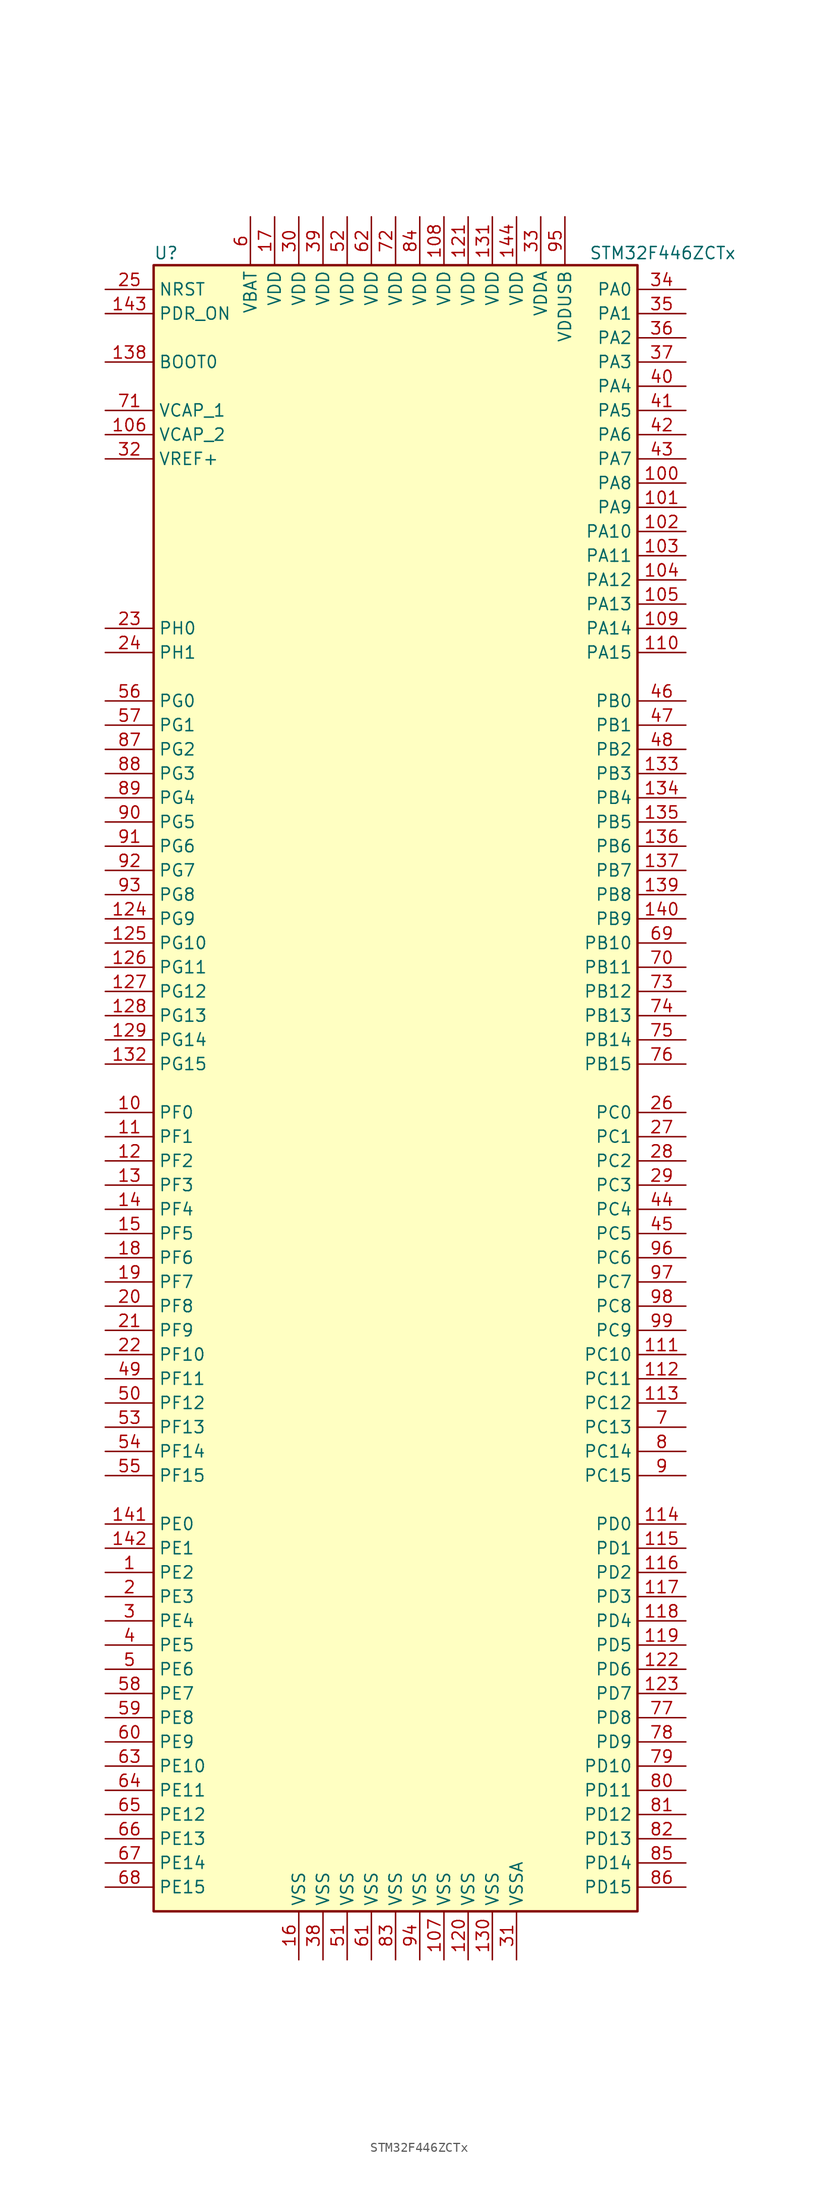
<source format=kicad_sym>
(kicad_symbol_lib
  (version 20211014)
  (generator kicad_symbol_editor)
  (symbol "STM32F446ZCTx"
    (property "Reference" "U"
      (at -25.4 87.63 0)
      (effects (font (size 1.27 1.27)) (justify left)))
    (property "Value" "STM32F446ZCTx"
      (at 20.32 87.63 0)
      (effects (font (size 1.27 1.27)) (justify left)))
    (symbol "STM32F446ZCTx_0_1"
      (rectangle (start -25.4 -86.36) (end 25.4 86.36) (stroke (width 0.254) (type default) (color 0 0 0 0)) (fill (type background))))
    (symbol "STM32F446ZCTx_1_1"
      (pin bidirectional line (at -30.48 -50.8 0) (length 5.08) (name "PE2" (effects (font (size 1.27 1.27)))) (number "1" (effects (font (size 1.27 1.27)))))
      (pin bidirectional line (at -30.48 -2.54 0) (length 5.08) (name "PF0" (effects (font (size 1.27 1.27)))) (number "10" (effects (font (size 1.27 1.27)))))
      (pin bidirectional line (at 30.48 63.5 180) (length 5.08) (name "PA8" (effects (font (size 1.27 1.27)))) (number "100" (effects (font (size 1.27 1.27)))))
      (pin bidirectional line (at 30.48 60.96 180) (length 5.08) (name "PA9" (effects (font (size 1.27 1.27)))) (number "101" (effects (font (size 1.27 1.27)))))
      (pin bidirectional line (at 30.48 58.42 180) (length 5.08) (name "PA10" (effects (font (size 1.27 1.27)))) (number "102" (effects (font (size 1.27 1.27)))))
      (pin bidirectional line (at 30.48 55.88 180) (length 5.08) (name "PA11" (effects (font (size 1.27 1.27)))) (number "103" (effects (font (size 1.27 1.27)))))
      (pin bidirectional line (at 30.48 53.34 180) (length 5.08) (name "PA12" (effects (font (size 1.27 1.27)))) (number "104" (effects (font (size 1.27 1.27)))))
      (pin bidirectional line (at 30.48 50.8 180) (length 5.08) (name "PA13" (effects (font (size 1.27 1.27)))) (number "105" (effects (font (size 1.27 1.27)))))
      (pin power_in line (at -30.48 68.58 0) (length 5.08) (name "VCAP_2" (effects (font (size 1.27 1.27)))) (number "106" (effects (font (size 1.27 1.27)))))
      (pin power_in line (at 5.08 -91.44 90) (length 5.08) (name "VSS" (effects (font (size 1.27 1.27)))) (number "107" (effects (font (size 1.27 1.27)))))
      (pin power_in line (at 5.08 91.44 270) (length 5.08) (name "VDD" (effects (font (size 1.27 1.27)))) (number "108" (effects (font (size 1.27 1.27)))))
      (pin bidirectional line (at 30.48 48.26 180) (length 5.08) (name "PA14" (effects (font (size 1.27 1.27)))) (number "109" (effects (font (size 1.27 1.27)))))
      (pin bidirectional line (at -30.48 -5.08 0) (length 5.08) (name "PF1" (effects (font (size 1.27 1.27)))) (number "11" (effects (font (size 1.27 1.27)))))
      (pin bidirectional line (at 30.48 45.72 180) (length 5.08) (name "PA15" (effects (font (size 1.27 1.27)))) (number "110" (effects (font (size 1.27 1.27)))))
      (pin bidirectional line (at 30.48 -27.94 180) (length 5.08) (name "PC10" (effects (font (size 1.27 1.27)))) (number "111" (effects (font (size 1.27 1.27)))))
      (pin bidirectional line (at 30.48 -30.48 180) (length 5.08) (name "PC11" (effects (font (size 1.27 1.27)))) (number "112" (effects (font (size 1.27 1.27)))))
      (pin bidirectional line (at 30.48 -33.02 180) (length 5.08) (name "PC12" (effects (font (size 1.27 1.27)))) (number "113" (effects (font (size 1.27 1.27)))))
      (pin bidirectional line (at 30.48 -45.72 180) (length 5.08) (name "PD0" (effects (font (size 1.27 1.27)))) (number "114" (effects (font (size 1.27 1.27)))))
      (pin bidirectional line (at 30.48 -48.26 180) (length 5.08) (name "PD1" (effects (font (size 1.27 1.27)))) (number "115" (effects (font (size 1.27 1.27)))))
      (pin bidirectional line (at 30.48 -50.8 180) (length 5.08) (name "PD2" (effects (font (size 1.27 1.27)))) (number "116" (effects (font (size 1.27 1.27)))))
      (pin bidirectional line (at 30.48 -53.34 180) (length 5.08) (name "PD3" (effects (font (size 1.27 1.27)))) (number "117" (effects (font (size 1.27 1.27)))))
      (pin bidirectional line (at 30.48 -55.88 180) (length 5.08) (name "PD4" (effects (font (size 1.27 1.27)))) (number "118" (effects (font (size 1.27 1.27)))))
      (pin bidirectional line (at 30.48 -58.42 180) (length 5.08) (name "PD5" (effects (font (size 1.27 1.27)))) (number "119" (effects (font (size 1.27 1.27)))))
      (pin bidirectional line (at -30.48 -7.62 0) (length 5.08) (name "PF2" (effects (font (size 1.27 1.27)))) (number "12" (effects (font (size 1.27 1.27)))))
      (pin power_in line (at 7.62 -91.44 90) (length 5.08) (name "VSS" (effects (font (size 1.27 1.27)))) (number "120" (effects (font (size 1.27 1.27)))))
      (pin power_in line (at 7.62 91.44 270) (length 5.08) (name "VDD" (effects (font (size 1.27 1.27)))) (number "121" (effects (font (size 1.27 1.27)))))
      (pin bidirectional line (at 30.48 -60.96 180) (length 5.08) (name "PD6" (effects (font (size 1.27 1.27)))) (number "122" (effects (font (size 1.27 1.27)))))
      (pin bidirectional line (at 30.48 -63.5 180) (length 5.08) (name "PD7" (effects (font (size 1.27 1.27)))) (number "123" (effects (font (size 1.27 1.27)))))
      (pin bidirectional line (at -30.48 17.78 0) (length 5.08) (name "PG9" (effects (font (size 1.27 1.27)))) (number "124" (effects (font (size 1.27 1.27)))))
      (pin bidirectional line (at -30.48 15.24 0) (length 5.08) (name "PG10" (effects (font (size 1.27 1.27)))) (number "125" (effects (font (size 1.27 1.27)))))
      (pin bidirectional line (at -30.48 12.7 0) (length 5.08) (name "PG11" (effects (font (size 1.27 1.27)))) (number "126" (effects (font (size 1.27 1.27)))))
      (pin bidirectional line (at -30.48 10.16 0) (length 5.08) (name "PG12" (effects (font (size 1.27 1.27)))) (number "127" (effects (font (size 1.27 1.27)))))
      (pin bidirectional line (at -30.48 7.62 0) (length 5.08) (name "PG13" (effects (font (size 1.27 1.27)))) (number "128" (effects (font (size 1.27 1.27)))))
      (pin bidirectional line (at -30.48 5.08 0) (length 5.08) (name "PG14" (effects (font (size 1.27 1.27)))) (number "129" (effects (font (size 1.27 1.27)))))
      (pin bidirectional line (at -30.48 -10.16 0) (length 5.08) (name "PF3" (effects (font (size 1.27 1.27)))) (number "13" (effects (font (size 1.27 1.27)))))
      (pin power_in line (at 10.16 -91.44 90) (length 5.08) (name "VSS" (effects (font (size 1.27 1.27)))) (number "130" (effects (font (size 1.27 1.27)))))
      (pin power_in line (at 10.16 91.44 270) (length 5.08) (name "VDD" (effects (font (size 1.27 1.27)))) (number "131" (effects (font (size 1.27 1.27)))))
      (pin bidirectional line (at -30.48 2.54 0) (length 5.08) (name "PG15" (effects (font (size 1.27 1.27)))) (number "132" (effects (font (size 1.27 1.27)))))
      (pin bidirectional line (at 30.48 33.02 180) (length 5.08) (name "PB3" (effects (font (size 1.27 1.27)))) (number "133" (effects (font (size 1.27 1.27)))))
      (pin bidirectional line (at 30.48 30.48 180) (length 5.08) (name "PB4" (effects (font (size 1.27 1.27)))) (number "134" (effects (font (size 1.27 1.27)))))
      (pin bidirectional line (at 30.48 27.94 180) (length 5.08) (name "PB5" (effects (font (size 1.27 1.27)))) (number "135" (effects (font (size 1.27 1.27)))))
      (pin bidirectional line (at 30.48 25.4 180) (length 5.08) (name "PB6" (effects (font (size 1.27 1.27)))) (number "136" (effects (font (size 1.27 1.27)))))
      (pin bidirectional line (at 30.48 22.86 180) (length 5.08) (name "PB7" (effects (font (size 1.27 1.27)))) (number "137" (effects (font (size 1.27 1.27)))))
      (pin input line (at -30.48 76.2 0) (length 5.08) (name "BOOT0" (effects (font (size 1.27 1.27)))) (number "138" (effects (font (size 1.27 1.27)))))
      (pin bidirectional line (at 30.48 20.32 180) (length 5.08) (name "PB8" (effects (font (size 1.27 1.27)))) (number "139" (effects (font (size 1.27 1.27)))))
      (pin bidirectional line (at -30.48 -12.7 0) (length 5.08) (name "PF4" (effects (font (size 1.27 1.27)))) (number "14" (effects (font (size 1.27 1.27)))))
      (pin bidirectional line (at 30.48 17.78 180) (length 5.08) (name "PB9" (effects (font (size 1.27 1.27)))) (number "140" (effects (font (size 1.27 1.27)))))
      (pin bidirectional line (at -30.48 -45.72 0) (length 5.08) (name "PE0" (effects (font (size 1.27 1.27)))) (number "141" (effects (font (size 1.27 1.27)))))
      (pin bidirectional line (at -30.48 -48.26 0) (length 5.08) (name "PE1" (effects (font (size 1.27 1.27)))) (number "142" (effects (font (size 1.27 1.27)))))
      (pin input line (at -30.48 81.28 0) (length 5.08) (name "PDR_ON" (effects (font (size 1.27 1.27)))) (number "143" (effects (font (size 1.27 1.27)))))
      (pin power_in line (at 12.7 91.44 270) (length 5.08) (name "VDD" (effects (font (size 1.27 1.27)))) (number "144" (effects (font (size 1.27 1.27)))))
      (pin bidirectional line (at -30.48 -15.24 0) (length 5.08) (name "PF5" (effects (font (size 1.27 1.27)))) (number "15" (effects (font (size 1.27 1.27)))))
      (pin power_in line (at -10.16 -91.44 90) (length 5.08) (name "VSS" (effects (font (size 1.27 1.27)))) (number "16" (effects (font (size 1.27 1.27)))))
      (pin power_in line (at -12.7 91.44 270) (length 5.08) (name "VDD" (effects (font (size 1.27 1.27)))) (number "17" (effects (font (size 1.27 1.27)))))
      (pin bidirectional line (at -30.48 -17.78 0) (length 5.08) (name "PF6" (effects (font (size 1.27 1.27)))) (number "18" (effects (font (size 1.27 1.27)))))
      (pin bidirectional line (at -30.48 -20.32 0) (length 5.08) (name "PF7" (effects (font (size 1.27 1.27)))) (number "19" (effects (font (size 1.27 1.27)))))
      (pin bidirectional line (at -30.48 -53.34 0) (length 5.08) (name "PE3" (effects (font (size 1.27 1.27)))) (number "2" (effects (font (size 1.27 1.27)))))
      (pin bidirectional line (at -30.48 -22.86 0) (length 5.08) (name "PF8" (effects (font (size 1.27 1.27)))) (number "20" (effects (font (size 1.27 1.27)))))
      (pin bidirectional line (at -30.48 -25.4 0) (length 5.08) (name "PF9" (effects (font (size 1.27 1.27)))) (number "21" (effects (font (size 1.27 1.27)))))
      (pin bidirectional line (at -30.48 -27.94 0) (length 5.08) (name "PF10" (effects (font (size 1.27 1.27)))) (number "22" (effects (font (size 1.27 1.27)))))
      (pin input line (at -30.48 48.26 0) (length 5.08) (name "PH0" (effects (font (size 1.27 1.27)))) (number "23" (effects (font (size 1.27 1.27)))))
      (pin input line (at -30.48 45.72 0) (length 5.08) (name "PH1" (effects (font (size 1.27 1.27)))) (number "24" (effects (font (size 1.27 1.27)))))
      (pin input line (at -30.48 83.82 0) (length 5.08) (name "NRST" (effects (font (size 1.27 1.27)))) (number "25" (effects (font (size 1.27 1.27)))))
      (pin bidirectional line (at 30.48 -2.54 180) (length 5.08) (name "PC0" (effects (font (size 1.27 1.27)))) (number "26" (effects (font (size 1.27 1.27)))))
      (pin bidirectional line (at 30.48 -5.08 180) (length 5.08) (name "PC1" (effects (font (size 1.27 1.27)))) (number "27" (effects (font (size 1.27 1.27)))))
      (pin bidirectional line (at 30.48 -7.62 180) (length 5.08) (name "PC2" (effects (font (size 1.27 1.27)))) (number "28" (effects (font (size 1.27 1.27)))))
      (pin bidirectional line (at 30.48 -10.16 180) (length 5.08) (name "PC3" (effects (font (size 1.27 1.27)))) (number "29" (effects (font (size 1.27 1.27)))))
      (pin bidirectional line (at -30.48 -55.88 0) (length 5.08) (name "PE4" (effects (font (size 1.27 1.27)))) (number "3" (effects (font (size 1.27 1.27)))))
      (pin power_in line (at -10.16 91.44 270) (length 5.08) (name "VDD" (effects (font (size 1.27 1.27)))) (number "30" (effects (font (size 1.27 1.27)))))
      (pin power_in line (at 12.7 -91.44 90) (length 5.08) (name "VSSA" (effects (font (size 1.27 1.27)))) (number "31" (effects (font (size 1.27 1.27)))))
      (pin power_in line (at -30.48 66.04 0) (length 5.08) (name "VREF+" (effects (font (size 1.27 1.27)))) (number "32" (effects (font (size 1.27 1.27)))))
      (pin power_in line (at 15.24 91.44 270) (length 5.08) (name "VDDA" (effects (font (size 1.27 1.27)))) (number "33" (effects (font (size 1.27 1.27)))))
      (pin bidirectional line (at 30.48 83.82 180) (length 5.08) (name "PA0" (effects (font (size 1.27 1.27)))) (number "34" (effects (font (size 1.27 1.27)))))
      (pin bidirectional line (at 30.48 81.28 180) (length 5.08) (name "PA1" (effects (font (size 1.27 1.27)))) (number "35" (effects (font (size 1.27 1.27)))))
      (pin bidirectional line (at 30.48 78.74 180) (length 5.08) (name "PA2" (effects (font (size 1.27 1.27)))) (number "36" (effects (font (size 1.27 1.27)))))
      (pin bidirectional line (at 30.48 76.2 180) (length 5.08) (name "PA3" (effects (font (size 1.27 1.27)))) (number "37" (effects (font (size 1.27 1.27)))))
      (pin power_in line (at -7.62 -91.44 90) (length 5.08) (name "VSS" (effects (font (size 1.27 1.27)))) (number "38" (effects (font (size 1.27 1.27)))))
      (pin power_in line (at -7.62 91.44 270) (length 5.08) (name "VDD" (effects (font (size 1.27 1.27)))) (number "39" (effects (font (size 1.27 1.27)))))
      (pin bidirectional line (at -30.48 -58.42 0) (length 5.08) (name "PE5" (effects (font (size 1.27 1.27)))) (number "4" (effects (font (size 1.27 1.27)))))
      (pin bidirectional line (at 30.48 73.66 180) (length 5.08) (name "PA4" (effects (font (size 1.27 1.27)))) (number "40" (effects (font (size 1.27 1.27)))))
      (pin bidirectional line (at 30.48 71.12 180) (length 5.08) (name "PA5" (effects (font (size 1.27 1.27)))) (number "41" (effects (font (size 1.27 1.27)))))
      (pin bidirectional line (at 30.48 68.58 180) (length 5.08) (name "PA6" (effects (font (size 1.27 1.27)))) (number "42" (effects (font (size 1.27 1.27)))))
      (pin bidirectional line (at 30.48 66.04 180) (length 5.08) (name "PA7" (effects (font (size 1.27 1.27)))) (number "43" (effects (font (size 1.27 1.27)))))
      (pin bidirectional line (at 30.48 -12.7 180) (length 5.08) (name "PC4" (effects (font (size 1.27 1.27)))) (number "44" (effects (font (size 1.27 1.27)))))
      (pin bidirectional line (at 30.48 -15.24 180) (length 5.08) (name "PC5" (effects (font (size 1.27 1.27)))) (number "45" (effects (font (size 1.27 1.27)))))
      (pin bidirectional line (at 30.48 40.64 180) (length 5.08) (name "PB0" (effects (font (size 1.27 1.27)))) (number "46" (effects (font (size 1.27 1.27)))))
      (pin bidirectional line (at 30.48 38.1 180) (length 5.08) (name "PB1" (effects (font (size 1.27 1.27)))) (number "47" (effects (font (size 1.27 1.27)))))
      (pin bidirectional line (at 30.48 35.56 180) (length 5.08) (name "PB2" (effects (font (size 1.27 1.27)))) (number "48" (effects (font (size 1.27 1.27)))))
      (pin bidirectional line (at -30.48 -30.48 0) (length 5.08) (name "PF11" (effects (font (size 1.27 1.27)))) (number "49" (effects (font (size 1.27 1.27)))))
      (pin bidirectional line (at -30.48 -60.96 0) (length 5.08) (name "PE6" (effects (font (size 1.27 1.27)))) (number "5" (effects (font (size 1.27 1.27)))))
      (pin bidirectional line (at -30.48 -33.02 0) (length 5.08) (name "PF12" (effects (font (size 1.27 1.27)))) (number "50" (effects (font (size 1.27 1.27)))))
      (pin power_in line (at -5.08 -91.44 90) (length 5.08) (name "VSS" (effects (font (size 1.27 1.27)))) (number "51" (effects (font (size 1.27 1.27)))))
      (pin power_in line (at -5.08 91.44 270) (length 5.08) (name "VDD" (effects (font (size 1.27 1.27)))) (number "52" (effects (font (size 1.27 1.27)))))
      (pin bidirectional line (at -30.48 -35.56 0) (length 5.08) (name "PF13" (effects (font (size 1.27 1.27)))) (number "53" (effects (font (size 1.27 1.27)))))
      (pin bidirectional line (at -30.48 -38.1 0) (length 5.08) (name "PF14" (effects (font (size 1.27 1.27)))) (number "54" (effects (font (size 1.27 1.27)))))
      (pin bidirectional line (at -30.48 -40.64 0) (length 5.08) (name "PF15" (effects (font (size 1.27 1.27)))) (number "55" (effects (font (size 1.27 1.27)))))
      (pin bidirectional line (at -30.48 40.64 0) (length 5.08) (name "PG0" (effects (font (size 1.27 1.27)))) (number "56" (effects (font (size 1.27 1.27)))))
      (pin bidirectional line (at -30.48 38.1 0) (length 5.08) (name "PG1" (effects (font (size 1.27 1.27)))) (number "57" (effects (font (size 1.27 1.27)))))
      (pin bidirectional line (at -30.48 -63.5 0) (length 5.08) (name "PE7" (effects (font (size 1.27 1.27)))) (number "58" (effects (font (size 1.27 1.27)))))
      (pin bidirectional line (at -30.48 -66.04 0) (length 5.08) (name "PE8" (effects (font (size 1.27 1.27)))) (number "59" (effects (font (size 1.27 1.27)))))
      (pin power_in line (at -15.24 91.44 270) (length 5.08) (name "VBAT" (effects (font (size 1.27 1.27)))) (number "6" (effects (font (size 1.27 1.27)))))
      (pin bidirectional line (at -30.48 -68.58 0) (length 5.08) (name "PE9" (effects (font (size 1.27 1.27)))) (number "60" (effects (font (size 1.27 1.27)))))
      (pin power_in line (at -2.54 -91.44 90) (length 5.08) (name "VSS" (effects (font (size 1.27 1.27)))) (number "61" (effects (font (size 1.27 1.27)))))
      (pin power_in line (at -2.54 91.44 270) (length 5.08) (name "VDD" (effects (font (size 1.27 1.27)))) (number "62" (effects (font (size 1.27 1.27)))))
      (pin bidirectional line (at -30.48 -71.12 0) (length 5.08) (name "PE10" (effects (font (size 1.27 1.27)))) (number "63" (effects (font (size 1.27 1.27)))))
      (pin bidirectional line (at -30.48 -73.66 0) (length 5.08) (name "PE11" (effects (font (size 1.27 1.27)))) (number "64" (effects (font (size 1.27 1.27)))))
      (pin bidirectional line (at -30.48 -76.2 0) (length 5.08) (name "PE12" (effects (font (size 1.27 1.27)))) (number "65" (effects (font (size 1.27 1.27)))))
      (pin bidirectional line (at -30.48 -78.74 0) (length 5.08) (name "PE13" (effects (font (size 1.27 1.27)))) (number "66" (effects (font (size 1.27 1.27)))))
      (pin bidirectional line (at -30.48 -81.28 0) (length 5.08) (name "PE14" (effects (font (size 1.27 1.27)))) (number "67" (effects (font (size 1.27 1.27)))))
      (pin bidirectional line (at -30.48 -83.82 0) (length 5.08) (name "PE15" (effects (font (size 1.27 1.27)))) (number "68" (effects (font (size 1.27 1.27)))))
      (pin bidirectional line (at 30.48 15.24 180) (length 5.08) (name "PB10" (effects (font (size 1.27 1.27)))) (number "69" (effects (font (size 1.27 1.27)))))
      (pin bidirectional line (at 30.48 -35.56 180) (length 5.08) (name "PC13" (effects (font (size 1.27 1.27)))) (number "7" (effects (font (size 1.27 1.27)))))
      (pin bidirectional line (at 30.48 12.7 180) (length 5.08) (name "PB11" (effects (font (size 1.27 1.27)))) (number "70" (effects (font (size 1.27 1.27)))))
      (pin power_in line (at -30.48 71.12 0) (length 5.08) (name "VCAP_1" (effects (font (size 1.27 1.27)))) (number "71" (effects (font (size 1.27 1.27)))))
      (pin power_in line (at 0 91.44 270) (length 5.08) (name "VDD" (effects (font (size 1.27 1.27)))) (number "72" (effects (font (size 1.27 1.27)))))
      (pin bidirectional line (at 30.48 10.16 180) (length 5.08) (name "PB12" (effects (font (size 1.27 1.27)))) (number "73" (effects (font (size 1.27 1.27)))))
      (pin bidirectional line (at 30.48 7.62 180) (length 5.08) (name "PB13" (effects (font (size 1.27 1.27)))) (number "74" (effects (font (size 1.27 1.27)))))
      (pin bidirectional line (at 30.48 5.08 180) (length 5.08) (name "PB14" (effects (font (size 1.27 1.27)))) (number "75" (effects (font (size 1.27 1.27)))))
      (pin bidirectional line (at 30.48 2.54 180) (length 5.08) (name "PB15" (effects (font (size 1.27 1.27)))) (number "76" (effects (font (size 1.27 1.27)))))
      (pin bidirectional line (at 30.48 -66.04 180) (length 5.08) (name "PD8" (effects (font (size 1.27 1.27)))) (number "77" (effects (font (size 1.27 1.27)))))
      (pin bidirectional line (at 30.48 -68.58 180) (length 5.08) (name "PD9" (effects (font (size 1.27 1.27)))) (number "78" (effects (font (size 1.27 1.27)))))
      (pin bidirectional line (at 30.48 -71.12 180) (length 5.08) (name "PD10" (effects (font (size 1.27 1.27)))) (number "79" (effects (font (size 1.27 1.27)))))
      (pin bidirectional line (at 30.48 -38.1 180) (length 5.08) (name "PC14" (effects (font (size 1.27 1.27)))) (number "8" (effects (font (size 1.27 1.27)))))
      (pin bidirectional line (at 30.48 -73.66 180) (length 5.08) (name "PD11" (effects (font (size 1.27 1.27)))) (number "80" (effects (font (size 1.27 1.27)))))
      (pin bidirectional line (at 30.48 -76.2 180) (length 5.08) (name "PD12" (effects (font (size 1.27 1.27)))) (number "81" (effects (font (size 1.27 1.27)))))
      (pin bidirectional line (at 30.48 -78.74 180) (length 5.08) (name "PD13" (effects (font (size 1.27 1.27)))) (number "82" (effects (font (size 1.27 1.27)))))
      (pin power_in line (at 0 -91.44 90) (length 5.08) (name "VSS" (effects (font (size 1.27 1.27)))) (number "83" (effects (font (size 1.27 1.27)))))
      (pin power_in line (at 2.54 91.44 270) (length 5.08) (name "VDD" (effects (font (size 1.27 1.27)))) (number "84" (effects (font (size 1.27 1.27)))))
      (pin bidirectional line (at 30.48 -81.28 180) (length 5.08) (name "PD14" (effects (font (size 1.27 1.27)))) (number "85" (effects (font (size 1.27 1.27)))))
      (pin bidirectional line (at 30.48 -83.82 180) (length 5.08) (name "PD15" (effects (font (size 1.27 1.27)))) (number "86" (effects (font (size 1.27 1.27)))))
      (pin bidirectional line (at -30.48 35.56 0) (length 5.08) (name "PG2" (effects (font (size 1.27 1.27)))) (number "87" (effects (font (size 1.27 1.27)))))
      (pin bidirectional line (at -30.48 33.02 0) (length 5.08) (name "PG3" (effects (font (size 1.27 1.27)))) (number "88" (effects (font (size 1.27 1.27)))))
      (pin bidirectional line (at -30.48 30.48 0) (length 5.08) (name "PG4" (effects (font (size 1.27 1.27)))) (number "89" (effects (font (size 1.27 1.27)))))
      (pin bidirectional line (at 30.48 -40.64 180) (length 5.08) (name "PC15" (effects (font (size 1.27 1.27)))) (number "9" (effects (font (size 1.27 1.27)))))
      (pin bidirectional line (at -30.48 27.94 0) (length 5.08) (name "PG5" (effects (font (size 1.27 1.27)))) (number "90" (effects (font (size 1.27 1.27)))))
      (pin bidirectional line (at -30.48 25.4 0) (length 5.08) (name "PG6" (effects (font (size 1.27 1.27)))) (number "91" (effects (font (size 1.27 1.27)))))
      (pin bidirectional line (at -30.48 22.86 0) (length 5.08) (name "PG7" (effects (font (size 1.27 1.27)))) (number "92" (effects (font (size 1.27 1.27)))))
      (pin bidirectional line (at -30.48 20.32 0) (length 5.08) (name "PG8" (effects (font (size 1.27 1.27)))) (number "93" (effects (font (size 1.27 1.27)))))
      (pin power_in line (at 2.54 -91.44 90) (length 5.08) (name "VSS" (effects (font (size 1.27 1.27)))) (number "94" (effects (font (size 1.27 1.27)))))
      (pin power_in line (at 17.78 91.44 270) (length 5.08) (name "VDDUSB" (effects (font (size 1.27 1.27)))) (number "95" (effects (font (size 1.27 1.27)))))
      (pin bidirectional line (at 30.48 -17.78 180) (length 5.08) (name "PC6" (effects (font (size 1.27 1.27)))) (number "96" (effects (font (size 1.27 1.27)))))
      (pin bidirectional line (at 30.48 -20.32 180) (length 5.08) (name "PC7" (effects (font (size 1.27 1.27)))) (number "97" (effects (font (size 1.27 1.27)))))
      (pin bidirectional line (at 30.48 -22.86 180) (length 5.08) (name "PC8" (effects (font (size 1.27 1.27)))) (number "98" (effects (font (size 1.27 1.27)))))
      (pin bidirectional line (at 30.48 -25.4 180) (length 5.08) (name "PC9" (effects (font (size 1.27 1.27)))) (number "99" (effects (font (size 1.27 1.27))))))))
</source>
